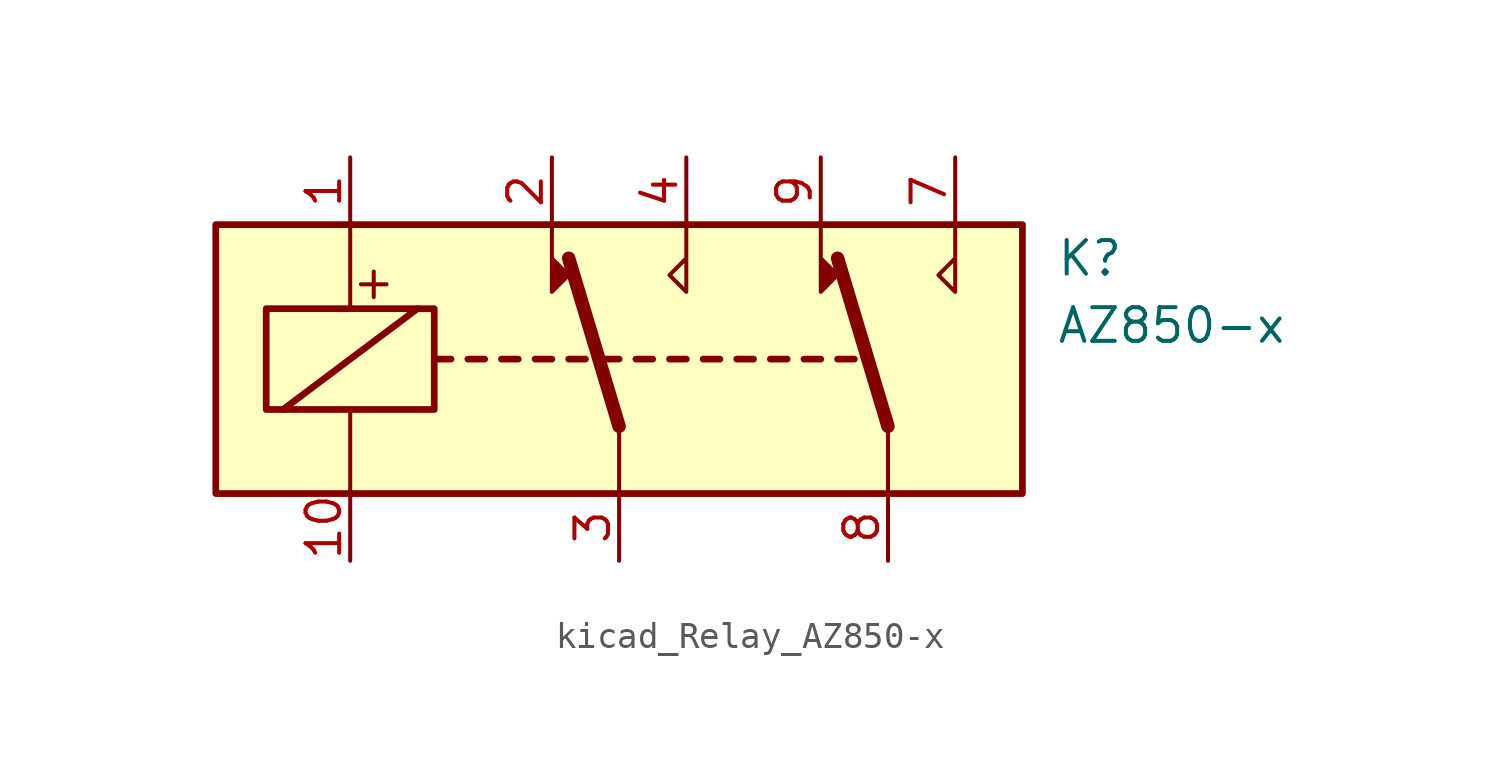
<source format=kicad_sym>
(kicad_symbol_lib
  (version 20220914)
  (generator kicad_symbol_editor)
  (symbol "kicad_Relay_AZ850-x"
    (property "Reference" "K"
      (at 16.51 3.81 0)
      (effects (font (size 1.27 1.27)) (justify left)))
    (property "Value" "AZ850-x"
      (at 16.51 1.27 0)
      (effects (font (size 1.27 1.27)) (justify left)))
    (symbol "kicad_Relay_AZ850-x_0_0"
      (text "+" (at -9.271 2.921 0) (effects (font (size 1.27 1.27)))))
    (symbol "kicad_Relay_AZ850-x_0_1"
      (rectangle (start -15.24 5.08) (end 15.24 -5.08) (stroke (width 0.254) (type default)) (fill (type background)))
      (rectangle (start -13.335 1.905) (end -6.985 -1.905) (stroke (width 0.254) (type default)) (fill (type none)))
      (polyline (pts (xy -12.7 -1.905) (xy -7.62 1.905)) (stroke (width 0.254) (type default)) (fill (type none)))
      (polyline (pts (xy -10.16 -5.08) (xy -10.16 -1.905)) (stroke (width 0) (type default)) (fill (type none)))
      (polyline (pts (xy -10.16 5.08) (xy -10.16 1.905)) (stroke (width 0) (type default)) (fill (type none)))
      (polyline (pts (xy -6.985 0) (xy -6.35 0)) (stroke (width 0.254) (type default)) (fill (type none)))
      (polyline (pts (xy -5.715 0) (xy -5.08 0)) (stroke (width 0.254) (type default)) (fill (type none)))
      (polyline (pts (xy -4.445 0) (xy -3.81 0)) (stroke (width 0.254) (type default)) (fill (type none)))
      (polyline (pts (xy -3.175 0) (xy -2.54 0)) (stroke (width 0.254) (type default)) (fill (type none)))
      (polyline (pts (xy -1.905 0) (xy -1.27 0)) (stroke (width 0.254) (type default)) (fill (type none)))
      (polyline (pts (xy -0.635 0) (xy 0 0)) (stroke (width 0.254) (type default)) (fill (type none)))
      (polyline (pts (xy 0 -2.54) (xy -1.905 3.81)) (stroke (width 0.508) (type default)) (fill (type none)))
      (polyline (pts (xy 0 -2.54) (xy 0 -5.08)) (stroke (width 0) (type default)) (fill (type none)))
      (polyline (pts (xy 0.635 0) (xy 1.27 0)) (stroke (width 0.254) (type default)) (fill (type none)))
      (polyline (pts (xy 1.905 0) (xy 2.54 0)) (stroke (width 0.254) (type default)) (fill (type none)))
      (polyline (pts (xy 3.175 0) (xy 3.81 0)) (stroke (width 0.254) (type default)) (fill (type none)))
      (polyline (pts (xy 4.445 0) (xy 5.08 0)) (stroke (width 0.254) (type default)) (fill (type none)))
      (polyline (pts (xy 5.715 0) (xy 6.35 0)) (stroke (width 0.254) (type default)) (fill (type none)))
      (polyline (pts (xy 6.985 0) (xy 7.62 0)) (stroke (width 0.254) (type default)) (fill (type none)))
      (polyline (pts (xy 8.255 0) (xy 8.89 0)) (stroke (width 0.254) (type default)) (fill (type none)))
      (polyline (pts (xy 10.16 -2.54) (xy 8.255 3.81)) (stroke (width 0.508) (type default)) (fill (type none)))
      (polyline (pts (xy 10.16 -2.54) (xy 10.16 -5.08)) (stroke (width 0) (type default)) (fill (type none)))
      (polyline (pts (xy -2.54 5.08) (xy -2.54 2.54) (xy -1.905 3.175) (xy -2.54 3.81)) (stroke (width 0) (type default)) (fill (type outline)))
      (polyline (pts (xy 2.54 5.08) (xy 2.54 2.54) (xy 1.905 3.175) (xy 2.54 3.81)) (stroke (width 0) (type default)) (fill (type none)))
      (polyline (pts (xy 7.62 5.08) (xy 7.62 2.54) (xy 8.255 3.175) (xy 7.62 3.81)) (stroke (width 0) (type default)) (fill (type outline)))
      (polyline (pts (xy 12.7 5.08) (xy 12.7 2.54) (xy 12.065 3.175) (xy 12.7 3.81)) (stroke (width 0) (type default)) (fill (type none))))
    (symbol "kicad_Relay_AZ850-x_1_1"
      (pin passive line (at -10.16 7.62 270) (length 2.54) (name "~" (effects (font (size 1.27 1.27)))) (number "1" (effects (font (size 1.27 1.27)))))
      (pin passive line (at -10.16 -7.62 90) (length 2.54) (name "~" (effects (font (size 1.27 1.27)))) (number "10" (effects (font (size 1.27 1.27)))))
      (pin passive line (at -2.54 7.62 270) (length 2.54) (name "~" (effects (font (size 1.27 1.27)))) (number "2" (effects (font (size 1.27 1.27)))))
      (pin passive line (at 0 -7.62 90) (length 2.54) (name "~" (effects (font (size 1.27 1.27)))) (number "3" (effects (font (size 1.27 1.27)))))
      (pin passive line (at 2.54 7.62 270) (length 2.54) (name "~" (effects (font (size 1.27 1.27)))) (number "4" (effects (font (size 1.27 1.27)))))
      (pin passive line (at 12.7 7.62 270) (length 2.54) (name "~" (effects (font (size 1.27 1.27)))) (number "7" (effects (font (size 1.27 1.27)))))
      (pin passive line (at 10.16 -7.62 90) (length 2.54) (name "~" (effects (font (size 1.27 1.27)))) (number "8" (effects (font (size 1.27 1.27)))))
      (pin passive line (at 7.62 7.62 270) (length 2.54) (name "~" (effects (font (size 1.27 1.27)))) (number "9" (effects (font (size 1.27 1.27))))))))
</source>
